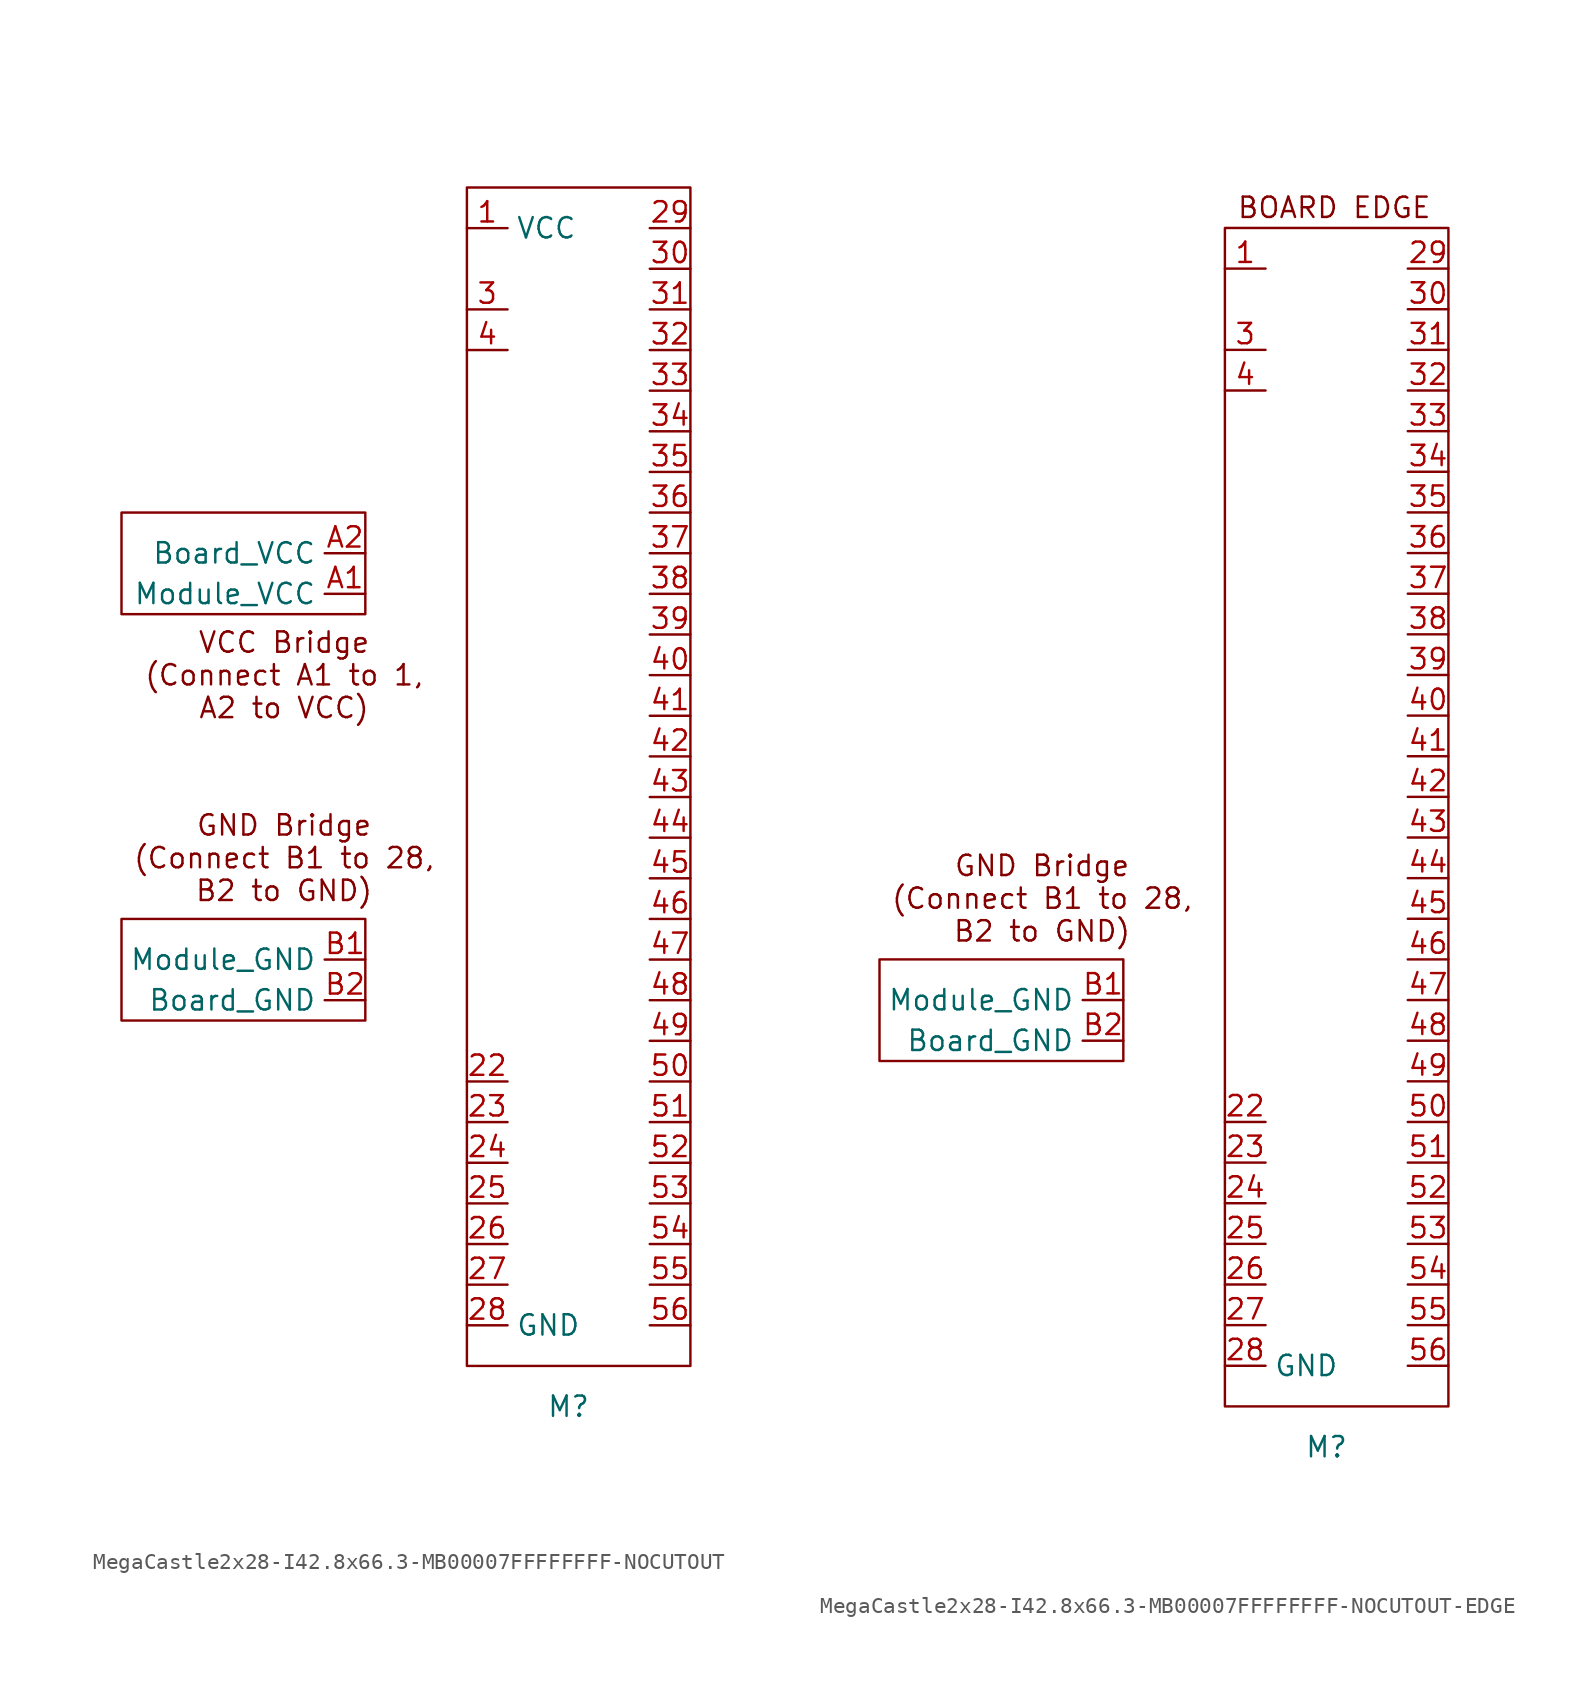
<source format=kicad_sym>
(kicad_symbol_lib
  (version 20231120)
  (generator "kicad_symbol_editor")
  (generator_version "8.0")
  (symbol "MegaCastle2x28-I42.8x66.3-MB00007FFFFFFFF-NOCUTOUT"
    (property "Reference" "M"
      (at 0 -39.37 0)
      (effects (font (size 1.27 1.27))))
    (property "Value" ""
      (at 0 5.08 0)
      (effects (font (size 1.27 1.27))))
    (symbol "MegaCastle2x28-I42.8x66.3-MB00007FFFFFFFF-NOCUTOUT_0_1"
      (rectangle (start -27.94 -8.89) (end -12.7 -15.24) (stroke (width 0) (type default)) (fill (type none)))
      (rectangle (start -27.94 16.51) (end -12.7 10.16) (stroke (width 0) (type default)) (fill (type none)))
      (rectangle (start -6.35 36.83) (end 7.62 -36.83) (stroke (width 0) (type default)) (fill (type none))))
    (symbol "MegaCastle2x28-I42.8x66.3-MB00007FFFFFFFF-NOCUTOUT_1_1"
      (text "GND Bridge\n(Connect B1 to 28,\nB2 to GND)" (at -17.78 -5.08 0) (effects (font (size 1.27 1.27))))
      (text "VCC Bridge\n(Connect A1 to 1,\nA2 to VCC)" (at -17.78 6.35 0) (effects (font (size 1.27 1.27))))
      (pin bidirectional line (at -6.35 34.29 0) (length 2.54) (name "VCC" (effects (font (size 1.27 1.27)))) (number "1" (effects (font (size 1.27 1.27)))))
      (pin bidirectional line (at -6.35 -19.05 0) (length 2.54) (name "" (effects (font (size 1.27 1.27)))) (number "22" (effects (font (size 1.27 1.27)))))
      (pin bidirectional line (at -6.35 -21.59 0) (length 2.54) (name "" (effects (font (size 1.27 1.27)))) (number "23" (effects (font (size 1.27 1.27)))))
      (pin bidirectional line (at -6.35 -24.13 0) (length 2.54) (name "" (effects (font (size 1.27 1.27)))) (number "24" (effects (font (size 1.27 1.27)))))
      (pin bidirectional line (at -6.35 -26.67 0) (length 2.54) (name "" (effects (font (size 1.27 1.27)))) (number "25" (effects (font (size 1.27 1.27)))))
      (pin bidirectional line (at -6.35 -29.21 0) (length 2.54) (name "" (effects (font (size 1.27 1.27)))) (number "26" (effects (font (size 1.27 1.27)))))
      (pin bidirectional line (at -6.35 -31.75 0) (length 2.54) (name "" (effects (font (size 1.27 1.27)))) (number "27" (effects (font (size 1.27 1.27)))))
      (pin bidirectional line (at -6.35 -34.29 0) (length 2.54) (name "GND" (effects (font (size 1.27 1.27)))) (number "28" (effects (font (size 1.27 1.27)))))
      (pin bidirectional line (at 7.62 34.29 180) (length 2.54) (name "" (effects (font (size 1.27 1.27)))) (number "29" (effects (font (size 1.27 1.27)))))
      (pin bidirectional line (at -6.35 29.21 0) (length 2.54) (name "" (effects (font (size 1.27 1.27)))) (number "3" (effects (font (size 1.27 1.27)))))
      (pin bidirectional line (at 7.62 31.75 180) (length 2.54) (name "" (effects (font (size 1.27 1.27)))) (number "30" (effects (font (size 1.27 1.27)))))
      (pin bidirectional line (at 7.62 29.21 180) (length 2.54) (name "" (effects (font (size 1.27 1.27)))) (number "31" (effects (font (size 1.27 1.27)))))
      (pin bidirectional line (at 7.62 26.67 180) (length 2.54) (name "" (effects (font (size 1.27 1.27)))) (number "32" (effects (font (size 1.27 1.27)))))
      (pin bidirectional line (at 7.62 24.13 180) (length 2.54) (name "" (effects (font (size 1.27 1.27)))) (number "33" (effects (font (size 1.27 1.27)))))
      (pin bidirectional line (at 7.62 21.59 180) (length 2.54) (name "" (effects (font (size 1.27 1.27)))) (number "34" (effects (font (size 1.27 1.27)))))
      (pin bidirectional line (at 7.62 19.05 180) (length 2.54) (name "" (effects (font (size 1.27 1.27)))) (number "35" (effects (font (size 1.27 1.27)))))
      (pin bidirectional line (at 7.62 16.51 180) (length 2.54) (name "" (effects (font (size 1.27 1.27)))) (number "36" (effects (font (size 1.27 1.27)))))
      (pin bidirectional line (at 7.62 13.97 180) (length 2.54) (name "" (effects (font (size 1.27 1.27)))) (number "37" (effects (font (size 1.27 1.27)))))
      (pin bidirectional line (at 7.62 11.43 180) (length 2.54) (name "" (effects (font (size 1.27 1.27)))) (number "38" (effects (font (size 1.27 1.27)))))
      (pin bidirectional line (at 7.62 8.89 180) (length 2.54) (name "" (effects (font (size 1.27 1.27)))) (number "39" (effects (font (size 1.27 1.27)))))
      (pin bidirectional line (at -6.35 26.67 0) (length 2.54) (name "" (effects (font (size 1.27 1.27)))) (number "4" (effects (font (size 1.27 1.27)))))
      (pin bidirectional line (at 7.62 6.35 180) (length 2.54) (name "" (effects (font (size 1.27 1.27)))) (number "40" (effects (font (size 1.27 1.27)))))
      (pin bidirectional line (at 7.62 3.81 180) (length 2.54) (name "" (effects (font (size 1.27 1.27)))) (number "41" (effects (font (size 1.27 1.27)))))
      (pin bidirectional line (at 7.62 1.27 180) (length 2.54) (name "" (effects (font (size 1.27 1.27)))) (number "42" (effects (font (size 1.27 1.27)))))
      (pin bidirectional line (at 7.62 -1.27 180) (length 2.54) (name "" (effects (font (size 1.27 1.27)))) (number "43" (effects (font (size 1.27 1.27)))))
      (pin bidirectional line (at 7.62 -3.81 180) (length 2.54) (name "" (effects (font (size 1.27 1.27)))) (number "44" (effects (font (size 1.27 1.27)))))
      (pin bidirectional line (at 7.62 -6.35 180) (length 2.54) (name "" (effects (font (size 1.27 1.27)))) (number "45" (effects (font (size 1.27 1.27)))))
      (pin bidirectional line (at 7.62 -8.89 180) (length 2.54) (name "" (effects (font (size 1.27 1.27)))) (number "46" (effects (font (size 1.27 1.27)))))
      (pin bidirectional line (at 7.62 -11.43 180) (length 2.54) (name "" (effects (font (size 1.27 1.27)))) (number "47" (effects (font (size 1.27 1.27)))))
      (pin bidirectional line (at 7.62 -13.97 180) (length 2.54) (name "" (effects (font (size 1.27 1.27)))) (number "48" (effects (font (size 1.27 1.27)))))
      (pin bidirectional line (at 7.62 -16.51 180) (length 2.54) (name "" (effects (font (size 1.27 1.27)))) (number "49" (effects (font (size 1.27 1.27)))))
      (pin bidirectional line (at 7.62 -19.05 180) (length 2.54) (name "" (effects (font (size 1.27 1.27)))) (number "50" (effects (font (size 1.27 1.27)))))
      (pin bidirectional line (at 7.62 -21.59 180) (length 2.54) (name "" (effects (font (size 1.27 1.27)))) (number "51" (effects (font (size 1.27 1.27)))))
      (pin bidirectional line (at 7.62 -24.13 180) (length 2.54) (name "" (effects (font (size 1.27 1.27)))) (number "52" (effects (font (size 1.27 1.27)))))
      (pin bidirectional line (at 7.62 -26.67 180) (length 2.54) (name "" (effects (font (size 1.27 1.27)))) (number "53" (effects (font (size 1.27 1.27)))))
      (pin bidirectional line (at 7.62 -29.21 180) (length 2.54) (name "" (effects (font (size 1.27 1.27)))) (number "54" (effects (font (size 1.27 1.27)))))
      (pin bidirectional line (at 7.62 -31.75 180) (length 2.54) (name "" (effects (font (size 1.27 1.27)))) (number "55" (effects (font (size 1.27 1.27)))))
      (pin bidirectional line (at 7.62 -34.29 180) (length 2.54) (name "" (effects (font (size 1.27 1.27)))) (number "56" (effects (font (size 1.27 1.27)))))
      (pin bidirectional line (at -12.7 11.43 180) (length 2.54) (name "Module_VCC" (effects (font (size 1.27 1.27)))) (number "A1" (effects (font (size 1.27 1.27)))))
      (pin bidirectional line (at -12.7 13.97 180) (length 2.54) (name "Board_VCC" (effects (font (size 1.27 1.27)))) (number "A2" (effects (font (size 1.27 1.27)))))
      (pin bidirectional line (at -12.7 -11.43 180) (length 2.54) (name "Module_GND" (effects (font (size 1.27 1.27)))) (number "B1" (effects (font (size 1.27 1.27)))))
      (pin bidirectional line (at -12.7 -13.97 180) (length 2.54) (name "Board_GND" (effects (font (size 1.27 1.27)))) (number "B2" (effects (font (size 1.27 1.27)))))))
  (symbol "MegaCastle2x28-I42.8x66.3-MB00007FFFFFFFF-NOCUTOUT-EDGE"
    (property "Reference" "M"
      (at 0 -39.37 0)
      (effects (font (size 1.27 1.27))))
    (property "Value" ""
      (at 0 5.08 0)
      (effects (font (size 1.27 1.27))))
    (symbol "MegaCastle2x28-I42.8x66.3-MB00007FFFFFFFF-NOCUTOUT-EDGE_0_1"
      (rectangle (start -27.94 -8.89) (end -12.7 -15.24) (stroke (width 0) (type default)) (fill (type none)))
      (rectangle (start -6.35 36.83) (end 7.62 -36.83) (stroke (width 0) (type default)) (fill (type none))))
    (symbol "MegaCastle2x28-I42.8x66.3-MB00007FFFFFFFF-NOCUTOUT-EDGE_1_1"
      (text " BOARD EDGE" (at 0 38.1 0) (effects (font (size 1.27 1.27))))
      (text "GND Bridge\n(Connect B1 to 28,\nB2 to GND)" (at -17.78 -5.08 0) (effects (font (size 1.27 1.27))))
      (pin bidirectional line (at -6.35 34.29 0) (length 2.54) (name "" (effects (font (size 1.27 1.27)))) (number "1" (effects (font (size 1.27 1.27)))))
      (pin bidirectional line (at -6.35 -19.05 0) (length 2.54) (name "" (effects (font (size 1.27 1.27)))) (number "22" (effects (font (size 1.27 1.27)))))
      (pin bidirectional line (at -6.35 -21.59 0) (length 2.54) (name "" (effects (font (size 1.27 1.27)))) (number "23" (effects (font (size 1.27 1.27)))))
      (pin bidirectional line (at -6.35 -24.13 0) (length 2.54) (name "" (effects (font (size 1.27 1.27)))) (number "24" (effects (font (size 1.27 1.27)))))
      (pin bidirectional line (at -6.35 -26.67 0) (length 2.54) (name "" (effects (font (size 1.27 1.27)))) (number "25" (effects (font (size 1.27 1.27)))))
      (pin bidirectional line (at -6.35 -29.21 0) (length 2.54) (name "" (effects (font (size 1.27 1.27)))) (number "26" (effects (font (size 1.27 1.27)))))
      (pin bidirectional line (at -6.35 -31.75 0) (length 2.54) (name "" (effects (font (size 1.27 1.27)))) (number "27" (effects (font (size 1.27 1.27)))))
      (pin bidirectional line (at -6.35 -34.29 0) (length 2.54) (name "GND" (effects (font (size 1.27 1.27)))) (number "28" (effects (font (size 1.27 1.27)))))
      (pin bidirectional line (at 7.62 34.29 180) (length 2.54) (name "" (effects (font (size 1.27 1.27)))) (number "29" (effects (font (size 1.27 1.27)))))
      (pin bidirectional line (at -6.35 29.21 0) (length 2.54) (name "" (effects (font (size 1.27 1.27)))) (number "3" (effects (font (size 1.27 1.27)))))
      (pin bidirectional line (at 7.62 31.75 180) (length 2.54) (name "" (effects (font (size 1.27 1.27)))) (number "30" (effects (font (size 1.27 1.27)))))
      (pin bidirectional line (at 7.62 29.21 180) (length 2.54) (name "" (effects (font (size 1.27 1.27)))) (number "31" (effects (font (size 1.27 1.27)))))
      (pin bidirectional line (at 7.62 26.67 180) (length 2.54) (name "" (effects (font (size 1.27 1.27)))) (number "32" (effects (font (size 1.27 1.27)))))
      (pin bidirectional line (at 7.62 24.13 180) (length 2.54) (name "" (effects (font (size 1.27 1.27)))) (number "33" (effects (font (size 1.27 1.27)))))
      (pin bidirectional line (at 7.62 21.59 180) (length 2.54) (name "" (effects (font (size 1.27 1.27)))) (number "34" (effects (font (size 1.27 1.27)))))
      (pin bidirectional line (at 7.62 19.05 180) (length 2.54) (name "" (effects (font (size 1.27 1.27)))) (number "35" (effects (font (size 1.27 1.27)))))
      (pin bidirectional line (at 7.62 16.51 180) (length 2.54) (name "" (effects (font (size 1.27 1.27)))) (number "36" (effects (font (size 1.27 1.27)))))
      (pin bidirectional line (at 7.62 13.97 180) (length 2.54) (name "" (effects (font (size 1.27 1.27)))) (number "37" (effects (font (size 1.27 1.27)))))
      (pin bidirectional line (at 7.62 11.43 180) (length 2.54) (name "" (effects (font (size 1.27 1.27)))) (number "38" (effects (font (size 1.27 1.27)))))
      (pin bidirectional line (at 7.62 8.89 180) (length 2.54) (name "" (effects (font (size 1.27 1.27)))) (number "39" (effects (font (size 1.27 1.27)))))
      (pin bidirectional line (at -6.35 26.67 0) (length 2.54) (name "" (effects (font (size 1.27 1.27)))) (number "4" (effects (font (size 1.27 1.27)))))
      (pin bidirectional line (at 7.62 6.35 180) (length 2.54) (name "" (effects (font (size 1.27 1.27)))) (number "40" (effects (font (size 1.27 1.27)))))
      (pin bidirectional line (at 7.62 3.81 180) (length 2.54) (name "" (effects (font (size 1.27 1.27)))) (number "41" (effects (font (size 1.27 1.27)))))
      (pin bidirectional line (at 7.62 1.27 180) (length 2.54) (name "" (effects (font (size 1.27 1.27)))) (number "42" (effects (font (size 1.27 1.27)))))
      (pin bidirectional line (at 7.62 -1.27 180) (length 2.54) (name "" (effects (font (size 1.27 1.27)))) (number "43" (effects (font (size 1.27 1.27)))))
      (pin bidirectional line (at 7.62 -3.81 180) (length 2.54) (name "" (effects (font (size 1.27 1.27)))) (number "44" (effects (font (size 1.27 1.27)))))
      (pin bidirectional line (at 7.62 -6.35 180) (length 2.54) (name "" (effects (font (size 1.27 1.27)))) (number "45" (effects (font (size 1.27 1.27)))))
      (pin bidirectional line (at 7.62 -8.89 180) (length 2.54) (name "" (effects (font (size 1.27 1.27)))) (number "46" (effects (font (size 1.27 1.27)))))
      (pin bidirectional line (at 7.62 -11.43 180) (length 2.54) (name "" (effects (font (size 1.27 1.27)))) (number "47" (effects (font (size 1.27 1.27)))))
      (pin bidirectional line (at 7.62 -13.97 180) (length 2.54) (name "" (effects (font (size 1.27 1.27)))) (number "48" (effects (font (size 1.27 1.27)))))
      (pin bidirectional line (at 7.62 -16.51 180) (length 2.54) (name "" (effects (font (size 1.27 1.27)))) (number "49" (effects (font (size 1.27 1.27)))))
      (pin bidirectional line (at 7.62 -19.05 180) (length 2.54) (name "" (effects (font (size 1.27 1.27)))) (number "50" (effects (font (size 1.27 1.27)))))
      (pin bidirectional line (at 7.62 -21.59 180) (length 2.54) (name "" (effects (font (size 1.27 1.27)))) (number "51" (effects (font (size 1.27 1.27)))))
      (pin bidirectional line (at 7.62 -24.13 180) (length 2.54) (name "" (effects (font (size 1.27 1.27)))) (number "52" (effects (font (size 1.27 1.27)))))
      (pin bidirectional line (at 7.62 -26.67 180) (length 2.54) (name "" (effects (font (size 1.27 1.27)))) (number "53" (effects (font (size 1.27 1.27)))))
      (pin bidirectional line (at 7.62 -29.21 180) (length 2.54) (name "" (effects (font (size 1.27 1.27)))) (number "54" (effects (font (size 1.27 1.27)))))
      (pin bidirectional line (at 7.62 -31.75 180) (length 2.54) (name "" (effects (font (size 1.27 1.27)))) (number "55" (effects (font (size 1.27 1.27)))))
      (pin bidirectional line (at 7.62 -34.29 180) (length 2.54) (name "" (effects (font (size 1.27 1.27)))) (number "56" (effects (font (size 1.27 1.27)))))
      (pin bidirectional line (at -12.7 -11.43 180) (length 2.54) (name "Module_GND" (effects (font (size 1.27 1.27)))) (number "B1" (effects (font (size 1.27 1.27)))))
      (pin bidirectional line (at -12.7 -13.97 180) (length 2.54) (name "Board_GND" (effects (font (size 1.27 1.27)))) (number "B2" (effects (font (size 1.27 1.27))))))))
</source>
